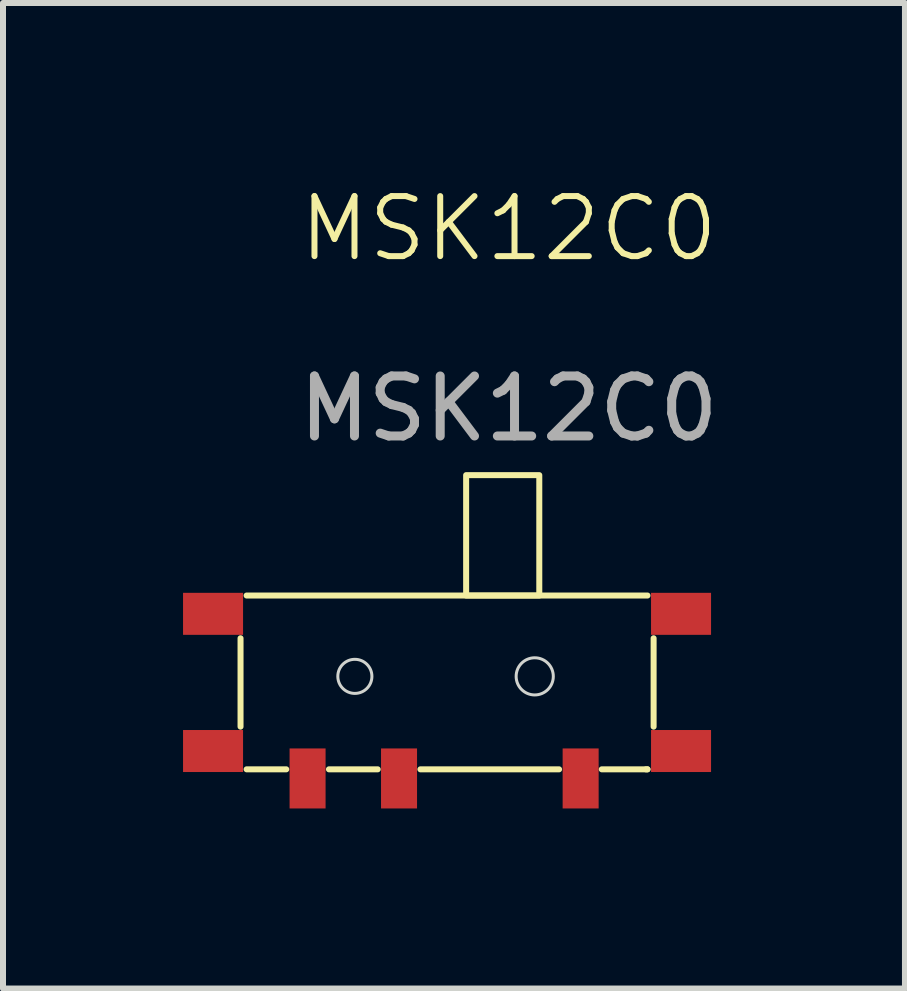
<source format=kicad_pcb>
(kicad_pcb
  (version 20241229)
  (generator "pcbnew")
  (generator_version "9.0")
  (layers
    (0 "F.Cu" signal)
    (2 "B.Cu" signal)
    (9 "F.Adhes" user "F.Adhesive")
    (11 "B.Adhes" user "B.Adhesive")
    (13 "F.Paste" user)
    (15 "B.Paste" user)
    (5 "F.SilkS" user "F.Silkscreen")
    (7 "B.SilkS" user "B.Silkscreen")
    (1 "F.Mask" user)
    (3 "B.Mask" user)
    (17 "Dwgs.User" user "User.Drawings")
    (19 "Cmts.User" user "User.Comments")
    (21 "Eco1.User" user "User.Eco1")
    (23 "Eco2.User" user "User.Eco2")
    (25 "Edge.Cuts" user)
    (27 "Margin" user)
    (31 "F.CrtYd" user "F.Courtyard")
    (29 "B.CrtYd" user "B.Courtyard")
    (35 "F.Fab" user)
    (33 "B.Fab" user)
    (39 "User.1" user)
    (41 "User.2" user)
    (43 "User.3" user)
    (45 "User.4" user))
  (footprint "MSK12C0"
    (layer "F.Cu")
    (at 5.428 1.26)
    (property "Reference" "MSK12C0" (at 0 -0.5 0) (unlocked yes) (layer "F.SilkS") (effects (font (size 1 1) (thickness 0.1))))
    (attr smd)
    (fp_line (start -4.47 6.325) (end -4.47 7.798) (stroke (width 0.1) (type default)) (layer "F.SilkS"))
    (fp_line (start -4.369 5.613) (end 2.311 5.613) (stroke (width 0.1) (type default)) (layer "F.SilkS"))
    (fp_line (start -4.369 8.509) (end -3.708 8.509) (stroke (width 0.1) (type default)) (layer "F.SilkS"))
    (fp_line (start -2.997 8.509) (end -2.184 8.509) (stroke (width 0.1) (type default)) (layer "F.SilkS"))
    (fp_line (start -1.473 8.509) (end 0.838 8.509) (stroke (width 0.1) (type default)) (layer "F.SilkS"))
    (fp_line (start 1.549 8.509) (end 2.311 8.509) (stroke (width 0.1) (type default)) (layer "F.SilkS"))
    (fp_line (start 2.311 8.509) (end 2.286 8.509) (stroke (width 0.1) (type default)) (layer "F.SilkS"))
    (fp_line (start 2.413 6.325) (end 2.413 7.798) (stroke (width 0.1) (type default)) (layer "F.SilkS"))
    (fp_rect (start -0.711 3.607) (end 0.508 5.613) (stroke (width 0.1) (type default)) (fill no) (layer "F.SilkS"))
    (fp_circle (center -2.565 6.96) (end -2.311 7.087) (stroke (width 0.05) (type default)) (fill no) (layer "Edge.Cuts"))
    (fp_circle (center 0.432 6.96) (end 0.686 7.137) (stroke (width 0.05) (type default)) (fill no) (layer "Edge.Cuts"))
    (fp_text user "${REFERENCE}" (at 0 2.5 0) (unlocked yes) (layer "F.Fab") (effects (font (size 1 1) (thickness 0.15))))
    (pad "1" smd rect (at -3.353 8.661) (size 0.6 1) (layers "F.Cu" "F.Mask" "F.Paste"))
    (pad "2" smd rect (at -1.829 8.661) (size 0.6 1) (layers "F.Cu" "F.Mask" "F.Paste"))
    (pad "3" smd rect (at 1.197 8.661) (size 0.6 1) (layers "F.Cu" "F.Mask" "F.Paste"))
    (pad "4" smd rect (at 2.87 5.918) (size 1 0.7) (layers "F.Cu" "F.Mask" "F.Paste"))
    (pad "4" smd rect (at 2.87 8.204) (size 1 0.7) (layers "F.Cu" "F.Mask" "F.Paste"))
    (pad "5" smd rect (at -4.928 5.918) (size 1 0.7) (layers "F.Cu" "F.Mask" "F.Paste"))
    (pad "5" smd rect (at -4.928 8.204) (size 1 0.7) (layers "F.Cu" "F.Mask" "F.Paste")))
  (gr_rect
    (start -3 -3)
    (end 12.029 13.422)
    (stroke (width 0.1) (type default))
    (fill no)
    (layer "Edge.Cuts")))
</source>
